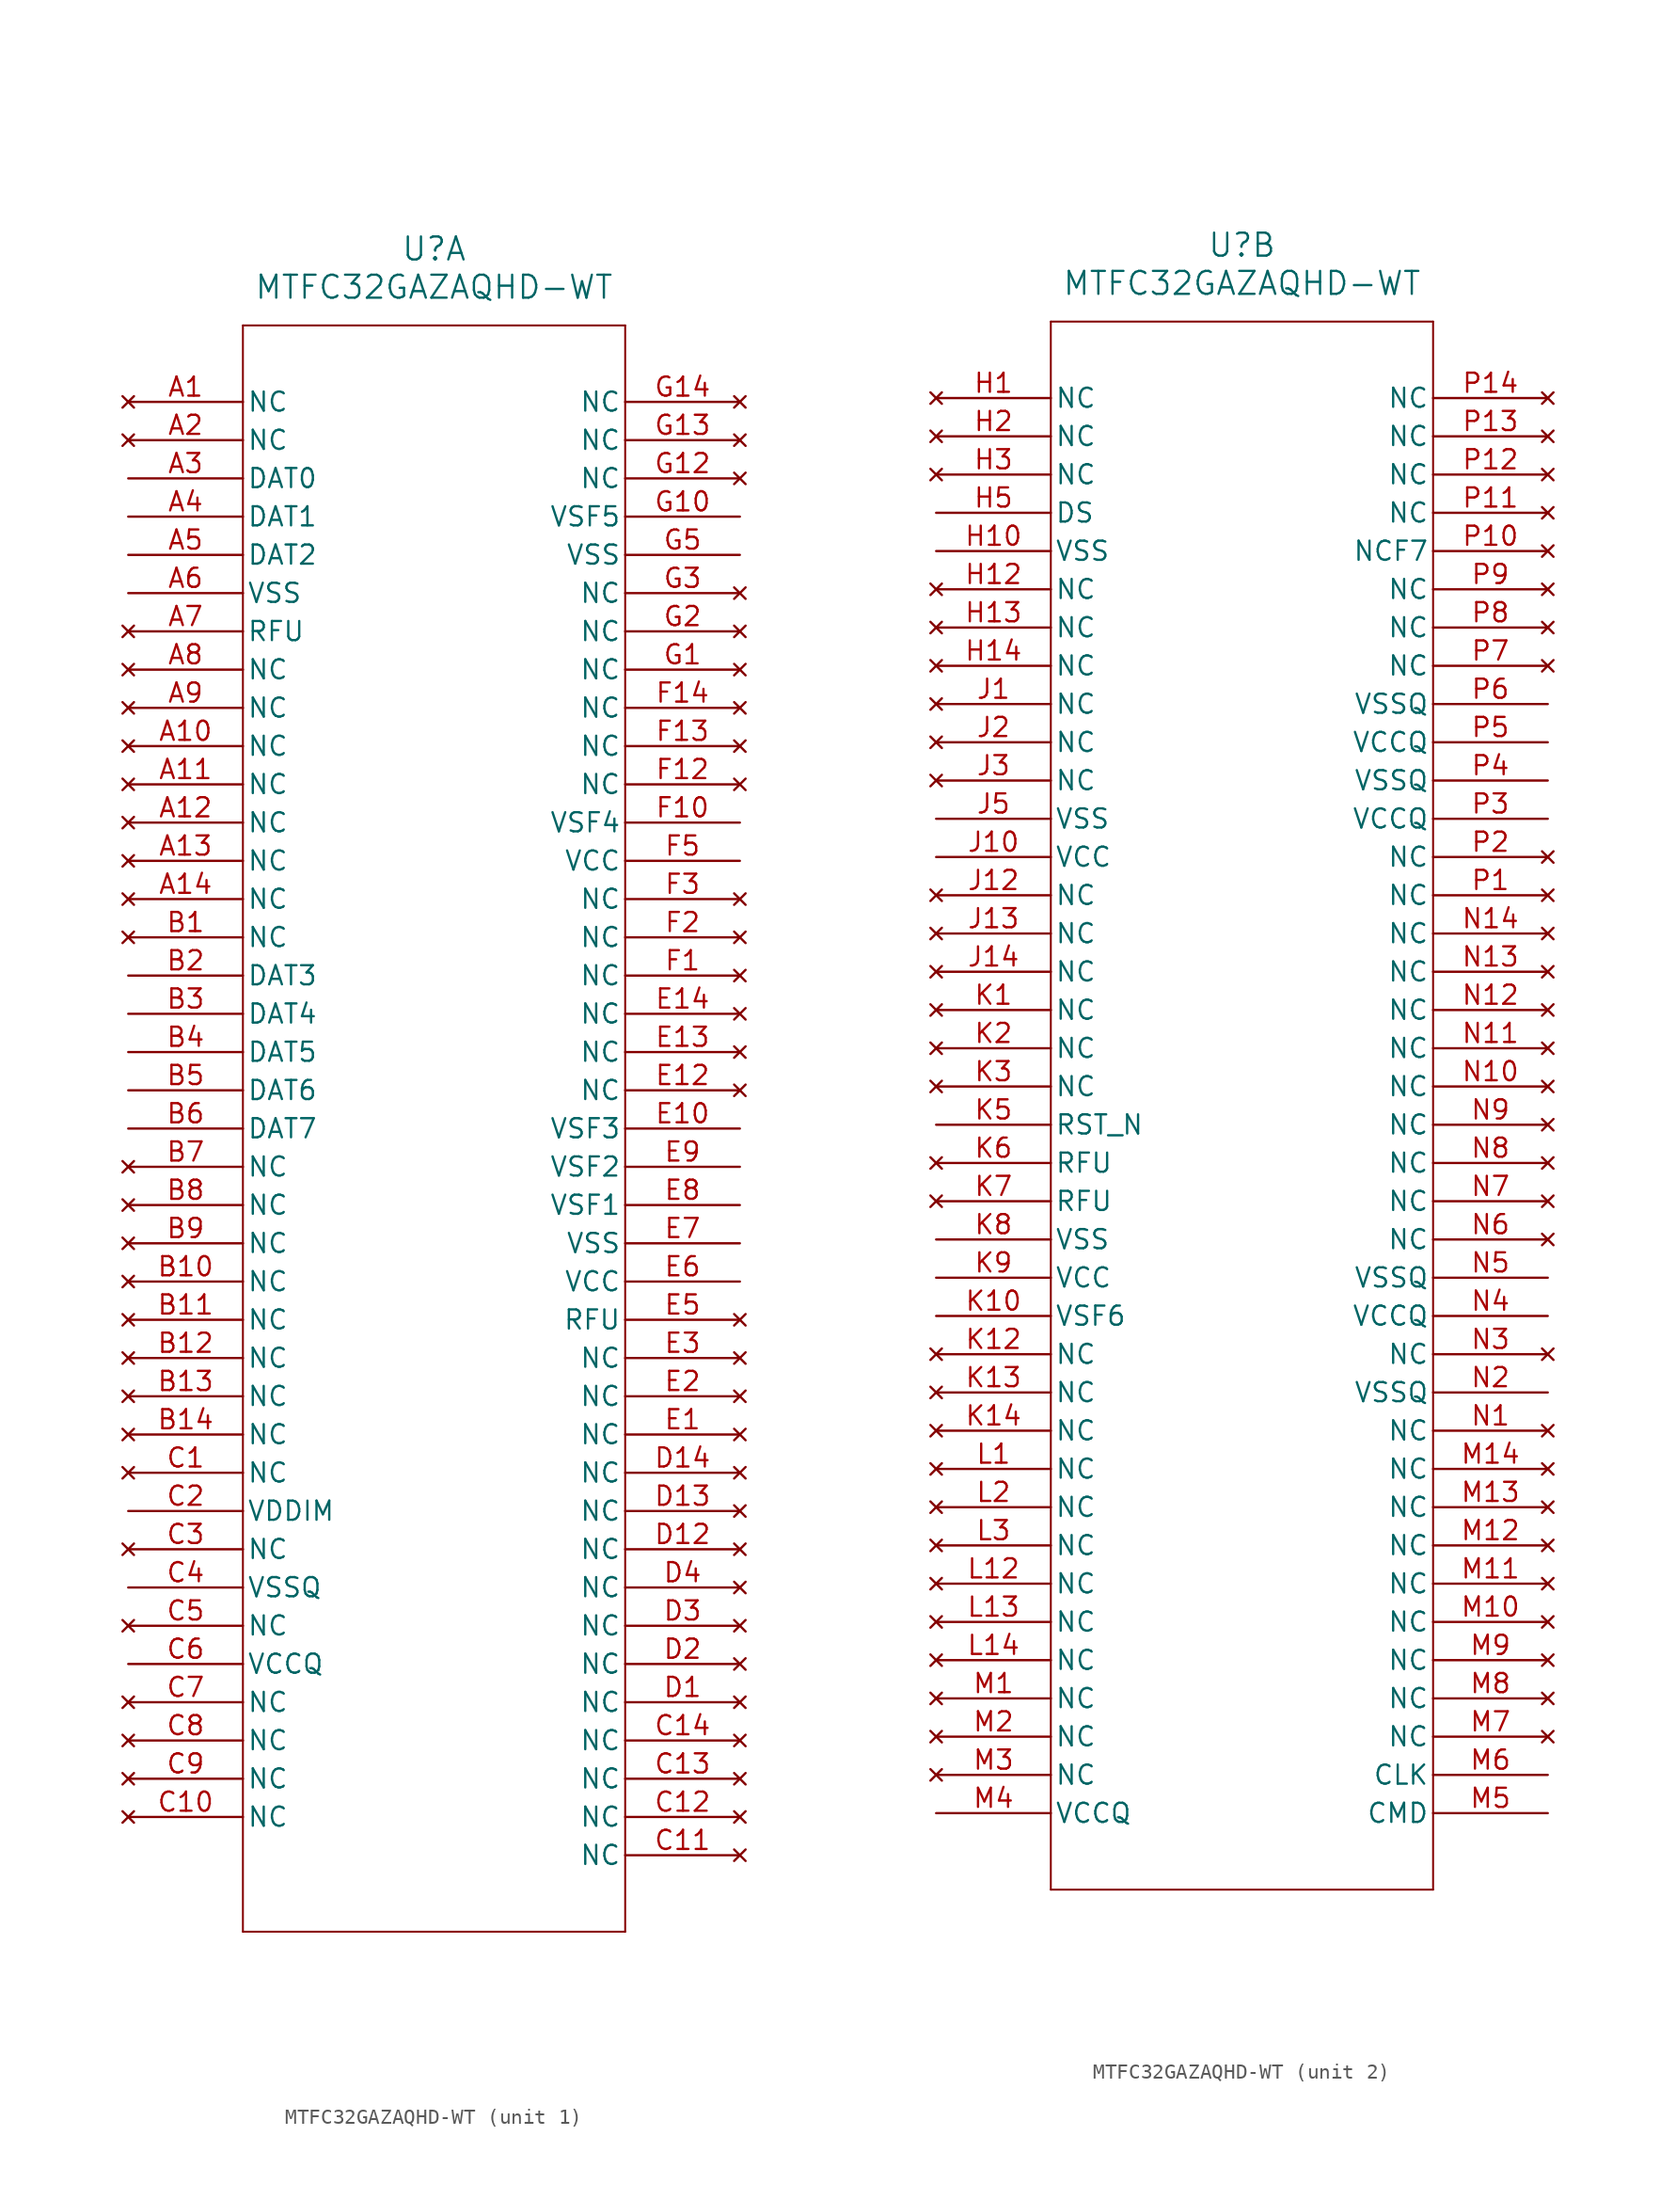
<source format=kicad_sym>
(kicad_symbol_lib
  (version 20211014)
  (generator kicad_symbol_editor)
  (symbol "MTFC32GAZAQHD-WT"
    (pin_names
      (offset 0.254))
    (property "Reference" "U"
      (at 20.32 10.16 0)
      (effects (font (size 1.524 1.524))))
    (property "Value" "MTFC32GAZAQHD-WT"
      (at 20.32 7.62 0)
      (effects (font (size 1.524 1.524))))
    (symbol "MTFC32GAZAQHD-WT_1_1"
      (polyline (pts (xy 7.62 5.08) (xy 7.62 -101.6)) (stroke (width 0.127) (type default) (color 0 0 0 0)) (fill (type none)))
      (polyline (pts (xy 7.62 -101.6) (xy 33.02 -101.6)) (stroke (width 0.127) (type default) (color 0 0 0 0)) (fill (type none)))
      (polyline (pts (xy 33.02 -101.6) (xy 33.02 5.08)) (stroke (width 0.127) (type default) (color 0 0 0 0)) (fill (type none)))
      (polyline (pts (xy 33.02 5.08) (xy 7.62 5.08)) (stroke (width 0.127) (type default) (color 0 0 0 0)) (fill (type none)))
      (pin no_connect line (at 0 0 0) (length 7.62) (name "NC" (effects (font (size 1.27 1.27)))) (number "A1" (effects (font (size 1.27 1.27)))))
      (pin no_connect line (at 0 -2.54 0) (length 7.62) (name "NC" (effects (font (size 1.27 1.27)))) (number "A2" (effects (font (size 1.27 1.27)))))
      (pin bidirectional line (at 0 -5.08 0) (length 7.62) (name "DAT0" (effects (font (size 1.27 1.27)))) (number "A3" (effects (font (size 1.27 1.27)))))
      (pin bidirectional line (at 0 -7.62 0) (length 7.62) (name "DAT1" (effects (font (size 1.27 1.27)))) (number "A4" (effects (font (size 1.27 1.27)))))
      (pin bidirectional line (at 0 -10.16 0) (length 7.62) (name "DAT2" (effects (font (size 1.27 1.27)))) (number "A5" (effects (font (size 1.27 1.27)))))
      (pin power_out line (at 0 -12.7 0) (length 7.62) (name "VSS" (effects (font (size 1.27 1.27)))) (number "A6" (effects (font (size 1.27 1.27)))))
      (pin no_connect line (at 0 -15.24 0) (length 7.62) (name "RFU" (effects (font (size 1.27 1.27)))) (number "A7" (effects (font (size 1.27 1.27)))))
      (pin no_connect line (at 0 -17.78 0) (length 7.62) (name "NC" (effects (font (size 1.27 1.27)))) (number "A8" (effects (font (size 1.27 1.27)))))
      (pin no_connect line (at 0 -20.32 0) (length 7.62) (name "NC" (effects (font (size 1.27 1.27)))) (number "A9" (effects (font (size 1.27 1.27)))))
      (pin no_connect line (at 0 -22.86 0) (length 7.62) (name "NC" (effects (font (size 1.27 1.27)))) (number "A10" (effects (font (size 1.27 1.27)))))
      (pin no_connect line (at 0 -25.4 0) (length 7.62) (name "NC" (effects (font (size 1.27 1.27)))) (number "A11" (effects (font (size 1.27 1.27)))))
      (pin no_connect line (at 0 -27.94 0) (length 7.62) (name "NC" (effects (font (size 1.27 1.27)))) (number "A12" (effects (font (size 1.27 1.27)))))
      (pin no_connect line (at 0 -30.48 0) (length 7.62) (name "NC" (effects (font (size 1.27 1.27)))) (number "A13" (effects (font (size 1.27 1.27)))))
      (pin no_connect line (at 0 -33.02 0) (length 7.62) (name "NC" (effects (font (size 1.27 1.27)))) (number "A14" (effects (font (size 1.27 1.27)))))
      (pin no_connect line (at 0 -35.56 0) (length 7.62) (name "NC" (effects (font (size 1.27 1.27)))) (number "B1" (effects (font (size 1.27 1.27)))))
      (pin bidirectional line (at 0 -38.1 0) (length 7.62) (name "DAT3" (effects (font (size 1.27 1.27)))) (number "B2" (effects (font (size 1.27 1.27)))))
      (pin bidirectional line (at 0 -40.64 0) (length 7.62) (name "DAT4" (effects (font (size 1.27 1.27)))) (number "B3" (effects (font (size 1.27 1.27)))))
      (pin bidirectional line (at 0 -43.18 0) (length 7.62) (name "DAT5" (effects (font (size 1.27 1.27)))) (number "B4" (effects (font (size 1.27 1.27)))))
      (pin bidirectional line (at 0 -45.72 0) (length 7.62) (name "DAT6" (effects (font (size 1.27 1.27)))) (number "B5" (effects (font (size 1.27 1.27)))))
      (pin bidirectional line (at 0 -48.26 0) (length 7.62) (name "DAT7" (effects (font (size 1.27 1.27)))) (number "B6" (effects (font (size 1.27 1.27)))))
      (pin no_connect line (at 0 -50.8 0) (length 7.62) (name "NC" (effects (font (size 1.27 1.27)))) (number "B7" (effects (font (size 1.27 1.27)))))
      (pin no_connect line (at 0 -53.34 0) (length 7.62) (name "NC" (effects (font (size 1.27 1.27)))) (number "B8" (effects (font (size 1.27 1.27)))))
      (pin no_connect line (at 0 -55.88 0) (length 7.62) (name "NC" (effects (font (size 1.27 1.27)))) (number "B9" (effects (font (size 1.27 1.27)))))
      (pin no_connect line (at 0 -58.42 0) (length 7.62) (name "NC" (effects (font (size 1.27 1.27)))) (number "B10" (effects (font (size 1.27 1.27)))))
      (pin no_connect line (at 0 -60.96 0) (length 7.62) (name "NC" (effects (font (size 1.27 1.27)))) (number "B11" (effects (font (size 1.27 1.27)))))
      (pin no_connect line (at 0 -63.5 0) (length 7.62) (name "NC" (effects (font (size 1.27 1.27)))) (number "B12" (effects (font (size 1.27 1.27)))))
      (pin no_connect line (at 0 -66.04 0) (length 7.62) (name "NC" (effects (font (size 1.27 1.27)))) (number "B13" (effects (font (size 1.27 1.27)))))
      (pin no_connect line (at 0 -68.58 0) (length 7.62) (name "NC" (effects (font (size 1.27 1.27)))) (number "B14" (effects (font (size 1.27 1.27)))))
      (pin no_connect line (at 0 -71.12 0) (length 7.62) (name "NC" (effects (font (size 1.27 1.27)))) (number "C1" (effects (font (size 1.27 1.27)))))
      (pin power_in line (at 0 -73.66 0) (length 7.62) (name "VDDIM" (effects (font (size 1.27 1.27)))) (number "C2" (effects (font (size 1.27 1.27)))))
      (pin no_connect line (at 0 -76.2 0) (length 7.62) (name "NC" (effects (font (size 1.27 1.27)))) (number "C3" (effects (font (size 1.27 1.27)))))
      (pin power_out line (at 0 -78.74 0) (length 7.62) (name "VSSQ" (effects (font (size 1.27 1.27)))) (number "C4" (effects (font (size 1.27 1.27)))))
      (pin no_connect line (at 0 -81.28 0) (length 7.62) (name "NC" (effects (font (size 1.27 1.27)))) (number "C5" (effects (font (size 1.27 1.27)))))
      (pin power_in line (at 0 -83.82 0) (length 7.62) (name "VCCQ" (effects (font (size 1.27 1.27)))) (number "C6" (effects (font (size 1.27 1.27)))))
      (pin no_connect line (at 0 -86.36 0) (length 7.62) (name "NC" (effects (font (size 1.27 1.27)))) (number "C7" (effects (font (size 1.27 1.27)))))
      (pin no_connect line (at 0 -88.9 0) (length 7.62) (name "NC" (effects (font (size 1.27 1.27)))) (number "C8" (effects (font (size 1.27 1.27)))))
      (pin no_connect line (at 0 -91.44 0) (length 7.62) (name "NC" (effects (font (size 1.27 1.27)))) (number "C9" (effects (font (size 1.27 1.27)))))
      (pin no_connect line (at 0 -93.98 0) (length 7.62) (name "NC" (effects (font (size 1.27 1.27)))) (number "C10" (effects (font (size 1.27 1.27)))))
      (pin no_connect line (at 40.64 -96.52 180) (length 7.62) (name "NC" (effects (font (size 1.27 1.27)))) (number "C11" (effects (font (size 1.27 1.27)))))
      (pin no_connect line (at 40.64 -93.98 180) (length 7.62) (name "NC" (effects (font (size 1.27 1.27)))) (number "C12" (effects (font (size 1.27 1.27)))))
      (pin no_connect line (at 40.64 -91.44 180) (length 7.62) (name "NC" (effects (font (size 1.27 1.27)))) (number "C13" (effects (font (size 1.27 1.27)))))
      (pin no_connect line (at 40.64 -88.9 180) (length 7.62) (name "NC" (effects (font (size 1.27 1.27)))) (number "C14" (effects (font (size 1.27 1.27)))))
      (pin no_connect line (at 40.64 -86.36 180) (length 7.62) (name "NC" (effects (font (size 1.27 1.27)))) (number "D1" (effects (font (size 1.27 1.27)))))
      (pin no_connect line (at 40.64 -83.82 180) (length 7.62) (name "NC" (effects (font (size 1.27 1.27)))) (number "D2" (effects (font (size 1.27 1.27)))))
      (pin no_connect line (at 40.64 -81.28 180) (length 7.62) (name "NC" (effects (font (size 1.27 1.27)))) (number "D3" (effects (font (size 1.27 1.27)))))
      (pin no_connect line (at 40.64 -78.74 180) (length 7.62) (name "NC" (effects (font (size 1.27 1.27)))) (number "D4" (effects (font (size 1.27 1.27)))))
      (pin no_connect line (at 40.64 -76.2 180) (length 7.62) (name "NC" (effects (font (size 1.27 1.27)))) (number "D12" (effects (font (size 1.27 1.27)))))
      (pin no_connect line (at 40.64 -73.66 180) (length 7.62) (name "NC" (effects (font (size 1.27 1.27)))) (number "D13" (effects (font (size 1.27 1.27)))))
      (pin no_connect line (at 40.64 -71.12 180) (length 7.62) (name "NC" (effects (font (size 1.27 1.27)))) (number "D14" (effects (font (size 1.27 1.27)))))
      (pin no_connect line (at 40.64 -68.58 180) (length 7.62) (name "NC" (effects (font (size 1.27 1.27)))) (number "E1" (effects (font (size 1.27 1.27)))))
      (pin no_connect line (at 40.64 -66.04 180) (length 7.62) (name "NC" (effects (font (size 1.27 1.27)))) (number "E2" (effects (font (size 1.27 1.27)))))
      (pin no_connect line (at 40.64 -63.5 180) (length 7.62) (name "NC" (effects (font (size 1.27 1.27)))) (number "E3" (effects (font (size 1.27 1.27)))))
      (pin no_connect line (at 40.64 -60.96 180) (length 7.62) (name "RFU" (effects (font (size 1.27 1.27)))) (number "E5" (effects (font (size 1.27 1.27)))))
      (pin power_in line (at 40.64 -58.42 180) (length 7.62) (name "VCC" (effects (font (size 1.27 1.27)))) (number "E6" (effects (font (size 1.27 1.27)))))
      (pin power_out line (at 40.64 -55.88 180) (length 7.62) (name "VSS" (effects (font (size 1.27 1.27)))) (number "E7" (effects (font (size 1.27 1.27)))))
      (pin bidirectional line (at 40.64 -53.34 180) (length 7.62) (name "VSF1" (effects (font (size 1.27 1.27)))) (number "E8" (effects (font (size 1.27 1.27)))))
      (pin bidirectional line (at 40.64 -50.8 180) (length 7.62) (name "VSF2" (effects (font (size 1.27 1.27)))) (number "E9" (effects (font (size 1.27 1.27)))))
      (pin bidirectional line (at 40.64 -48.26 180) (length 7.62) (name "VSF3" (effects (font (size 1.27 1.27)))) (number "E10" (effects (font (size 1.27 1.27)))))
      (pin no_connect line (at 40.64 -45.72 180) (length 7.62) (name "NC" (effects (font (size 1.27 1.27)))) (number "E12" (effects (font (size 1.27 1.27)))))
      (pin no_connect line (at 40.64 -43.18 180) (length 7.62) (name "NC" (effects (font (size 1.27 1.27)))) (number "E13" (effects (font (size 1.27 1.27)))))
      (pin no_connect line (at 40.64 -40.64 180) (length 7.62) (name "NC" (effects (font (size 1.27 1.27)))) (number "E14" (effects (font (size 1.27 1.27)))))
      (pin no_connect line (at 40.64 -38.1 180) (length 7.62) (name "NC" (effects (font (size 1.27 1.27)))) (number "F1" (effects (font (size 1.27 1.27)))))
      (pin no_connect line (at 40.64 -35.56 180) (length 7.62) (name "NC" (effects (font (size 1.27 1.27)))) (number "F2" (effects (font (size 1.27 1.27)))))
      (pin no_connect line (at 40.64 -33.02 180) (length 7.62) (name "NC" (effects (font (size 1.27 1.27)))) (number "F3" (effects (font (size 1.27 1.27)))))
      (pin power_in line (at 40.64 -30.48 180) (length 7.62) (name "VCC" (effects (font (size 1.27 1.27)))) (number "F5" (effects (font (size 1.27 1.27)))))
      (pin bidirectional line (at 40.64 -27.94 180) (length 7.62) (name "VSF4" (effects (font (size 1.27 1.27)))) (number "F10" (effects (font (size 1.27 1.27)))))
      (pin no_connect line (at 40.64 -25.4 180) (length 7.62) (name "NC" (effects (font (size 1.27 1.27)))) (number "F12" (effects (font (size 1.27 1.27)))))
      (pin no_connect line (at 40.64 -22.86 180) (length 7.62) (name "NC" (effects (font (size 1.27 1.27)))) (number "F13" (effects (font (size 1.27 1.27)))))
      (pin no_connect line (at 40.64 -20.32 180) (length 7.62) (name "NC" (effects (font (size 1.27 1.27)))) (number "F14" (effects (font (size 1.27 1.27)))))
      (pin no_connect line (at 40.64 -17.78 180) (length 7.62) (name "NC" (effects (font (size 1.27 1.27)))) (number "G1" (effects (font (size 1.27 1.27)))))
      (pin no_connect line (at 40.64 -15.24 180) (length 7.62) (name "NC" (effects (font (size 1.27 1.27)))) (number "G2" (effects (font (size 1.27 1.27)))))
      (pin no_connect line (at 40.64 -12.7 180) (length 7.62) (name "NC" (effects (font (size 1.27 1.27)))) (number "G3" (effects (font (size 1.27 1.27)))))
      (pin power_out line (at 40.64 -10.16 180) (length 7.62) (name "VSS" (effects (font (size 1.27 1.27)))) (number "G5" (effects (font (size 1.27 1.27)))))
      (pin bidirectional line (at 40.64 -7.62 180) (length 7.62) (name "VSF5" (effects (font (size 1.27 1.27)))) (number "G10" (effects (font (size 1.27 1.27)))))
      (pin no_connect line (at 40.64 -5.08 180) (length 7.62) (name "NC" (effects (font (size 1.27 1.27)))) (number "G12" (effects (font (size 1.27 1.27)))))
      (pin no_connect line (at 40.64 -2.54 180) (length 7.62) (name "NC" (effects (font (size 1.27 1.27)))) (number "G13" (effects (font (size 1.27 1.27)))))
      (pin no_connect line (at 40.64 0 180) (length 7.62) (name "NC" (effects (font (size 1.27 1.27)))) (number "G14" (effects (font (size 1.27 1.27))))))
    (symbol "MTFC32GAZAQHD-WT_2_1"
      (polyline (pts (xy 7.62 5.08) (xy 7.62 -99.06)) (stroke (width 0.127) (type default) (color 0 0 0 0)) (fill (type none)))
      (polyline (pts (xy 7.62 -99.06) (xy 33.02 -99.06)) (stroke (width 0.127) (type default) (color 0 0 0 0)) (fill (type none)))
      (polyline (pts (xy 33.02 -99.06) (xy 33.02 5.08)) (stroke (width 0.127) (type default) (color 0 0 0 0)) (fill (type none)))
      (polyline (pts (xy 33.02 5.08) (xy 7.62 5.08)) (stroke (width 0.127) (type default) (color 0 0 0 0)) (fill (type none)))
      (pin no_connect line (at 0 0 0) (length 7.62) (name "NC" (effects (font (size 1.27 1.27)))) (number "H1" (effects (font (size 1.27 1.27)))))
      (pin no_connect line (at 0 -2.54 0) (length 7.62) (name "NC" (effects (font (size 1.27 1.27)))) (number "H2" (effects (font (size 1.27 1.27)))))
      (pin no_connect line (at 0 -5.08 0) (length 7.62) (name "NC" (effects (font (size 1.27 1.27)))) (number "H3" (effects (font (size 1.27 1.27)))))
      (pin output line (at 0 -7.62 0) (length 7.62) (name "DS" (effects (font (size 1.27 1.27)))) (number "H5" (effects (font (size 1.27 1.27)))))
      (pin power_out line (at 0 -10.16 0) (length 7.62) (name "VSS" (effects (font (size 1.27 1.27)))) (number "H10" (effects (font (size 1.27 1.27)))))
      (pin no_connect line (at 0 -12.7 0) (length 7.62) (name "NC" (effects (font (size 1.27 1.27)))) (number "H12" (effects (font (size 1.27 1.27)))))
      (pin no_connect line (at 0 -15.24 0) (length 7.62) (name "NC" (effects (font (size 1.27 1.27)))) (number "H13" (effects (font (size 1.27 1.27)))))
      (pin no_connect line (at 0 -17.78 0) (length 7.62) (name "NC" (effects (font (size 1.27 1.27)))) (number "H14" (effects (font (size 1.27 1.27)))))
      (pin no_connect line (at 0 -20.32 0) (length 7.62) (name "NC" (effects (font (size 1.27 1.27)))) (number "J1" (effects (font (size 1.27 1.27)))))
      (pin no_connect line (at 0 -22.86 0) (length 7.62) (name "NC" (effects (font (size 1.27 1.27)))) (number "J2" (effects (font (size 1.27 1.27)))))
      (pin no_connect line (at 0 -25.4 0) (length 7.62) (name "NC" (effects (font (size 1.27 1.27)))) (number "J3" (effects (font (size 1.27 1.27)))))
      (pin power_out line (at 0 -27.94 0) (length 7.62) (name "VSS" (effects (font (size 1.27 1.27)))) (number "J5" (effects (font (size 1.27 1.27)))))
      (pin power_in line (at 0 -30.48 0) (length 7.62) (name "VCC" (effects (font (size 1.27 1.27)))) (number "J10" (effects (font (size 1.27 1.27)))))
      (pin no_connect line (at 0 -33.02 0) (length 7.62) (name "NC" (effects (font (size 1.27 1.27)))) (number "J12" (effects (font (size 1.27 1.27)))))
      (pin no_connect line (at 0 -35.56 0) (length 7.62) (name "NC" (effects (font (size 1.27 1.27)))) (number "J13" (effects (font (size 1.27 1.27)))))
      (pin no_connect line (at 0 -38.1 0) (length 7.62) (name "NC" (effects (font (size 1.27 1.27)))) (number "J14" (effects (font (size 1.27 1.27)))))
      (pin no_connect line (at 0 -40.64 0) (length 7.62) (name "NC" (effects (font (size 1.27 1.27)))) (number "K1" (effects (font (size 1.27 1.27)))))
      (pin no_connect line (at 0 -43.18 0) (length 7.62) (name "NC" (effects (font (size 1.27 1.27)))) (number "K2" (effects (font (size 1.27 1.27)))))
      (pin no_connect line (at 0 -45.72 0) (length 7.62) (name "NC" (effects (font (size 1.27 1.27)))) (number "K3" (effects (font (size 1.27 1.27)))))
      (pin input line (at 0 -48.26 0) (length 7.62) (name "RST_N" (effects (font (size 1.27 1.27)))) (number "K5" (effects (font (size 1.27 1.27)))))
      (pin no_connect line (at 0 -50.8 0) (length 7.62) (name "RFU" (effects (font (size 1.27 1.27)))) (number "K6" (effects (font (size 1.27 1.27)))))
      (pin no_connect line (at 0 -53.34 0) (length 7.62) (name "RFU" (effects (font (size 1.27 1.27)))) (number "K7" (effects (font (size 1.27 1.27)))))
      (pin power_out line (at 0 -55.88 0) (length 7.62) (name "VSS" (effects (font (size 1.27 1.27)))) (number "K8" (effects (font (size 1.27 1.27)))))
      (pin power_in line (at 0 -58.42 0) (length 7.62) (name "VCC" (effects (font (size 1.27 1.27)))) (number "K9" (effects (font (size 1.27 1.27)))))
      (pin bidirectional line (at 0 -60.96 0) (length 7.62) (name "VSF6" (effects (font (size 1.27 1.27)))) (number "K10" (effects (font (size 1.27 1.27)))))
      (pin no_connect line (at 0 -63.5 0) (length 7.62) (name "NC" (effects (font (size 1.27 1.27)))) (number "K12" (effects (font (size 1.27 1.27)))))
      (pin no_connect line (at 0 -66.04 0) (length 7.62) (name "NC" (effects (font (size 1.27 1.27)))) (number "K13" (effects (font (size 1.27 1.27)))))
      (pin no_connect line (at 0 -68.58 0) (length 7.62) (name "NC" (effects (font (size 1.27 1.27)))) (number "K14" (effects (font (size 1.27 1.27)))))
      (pin no_connect line (at 0 -71.12 0) (length 7.62) (name "NC" (effects (font (size 1.27 1.27)))) (number "L1" (effects (font (size 1.27 1.27)))))
      (pin no_connect line (at 0 -73.66 0) (length 7.62) (name "NC" (effects (font (size 1.27 1.27)))) (number "L2" (effects (font (size 1.27 1.27)))))
      (pin no_connect line (at 0 -76.2 0) (length 7.62) (name "NC" (effects (font (size 1.27 1.27)))) (number "L3" (effects (font (size 1.27 1.27)))))
      (pin no_connect line (at 0 -78.74 0) (length 7.62) (name "NC" (effects (font (size 1.27 1.27)))) (number "L12" (effects (font (size 1.27 1.27)))))
      (pin no_connect line (at 0 -81.28 0) (length 7.62) (name "NC" (effects (font (size 1.27 1.27)))) (number "L13" (effects (font (size 1.27 1.27)))))
      (pin no_connect line (at 0 -83.82 0) (length 7.62) (name "NC" (effects (font (size 1.27 1.27)))) (number "L14" (effects (font (size 1.27 1.27)))))
      (pin no_connect line (at 0 -86.36 0) (length 7.62) (name "NC" (effects (font (size 1.27 1.27)))) (number "M1" (effects (font (size 1.27 1.27)))))
      (pin no_connect line (at 0 -88.9 0) (length 7.62) (name "NC" (effects (font (size 1.27 1.27)))) (number "M2" (effects (font (size 1.27 1.27)))))
      (pin no_connect line (at 0 -91.44 0) (length 7.62) (name "NC" (effects (font (size 1.27 1.27)))) (number "M3" (effects (font (size 1.27 1.27)))))
      (pin power_in line (at 0 -93.98 0) (length 7.62) (name "VCCQ" (effects (font (size 1.27 1.27)))) (number "M4" (effects (font (size 1.27 1.27)))))
      (pin bidirectional line (at 40.64 -93.98 180) (length 7.62) (name "CMD" (effects (font (size 1.27 1.27)))) (number "M5" (effects (font (size 1.27 1.27)))))
      (pin input line (at 40.64 -91.44 180) (length 7.62) (name "CLK" (effects (font (size 1.27 1.27)))) (number "M6" (effects (font (size 1.27 1.27)))))
      (pin no_connect line (at 40.64 -88.9 180) (length 7.62) (name "NC" (effects (font (size 1.27 1.27)))) (number "M7" (effects (font (size 1.27 1.27)))))
      (pin no_connect line (at 40.64 -86.36 180) (length 7.62) (name "NC" (effects (font (size 1.27 1.27)))) (number "M8" (effects (font (size 1.27 1.27)))))
      (pin no_connect line (at 40.64 -83.82 180) (length 7.62) (name "NC" (effects (font (size 1.27 1.27)))) (number "M9" (effects (font (size 1.27 1.27)))))
      (pin no_connect line (at 40.64 -81.28 180) (length 7.62) (name "NC" (effects (font (size 1.27 1.27)))) (number "M10" (effects (font (size 1.27 1.27)))))
      (pin no_connect line (at 40.64 -78.74 180) (length 7.62) (name "NC" (effects (font (size 1.27 1.27)))) (number "M11" (effects (font (size 1.27 1.27)))))
      (pin no_connect line (at 40.64 -76.2 180) (length 7.62) (name "NC" (effects (font (size 1.27 1.27)))) (number "M12" (effects (font (size 1.27 1.27)))))
      (pin no_connect line (at 40.64 -73.66 180) (length 7.62) (name "NC" (effects (font (size 1.27 1.27)))) (number "M13" (effects (font (size 1.27 1.27)))))
      (pin no_connect line (at 40.64 -71.12 180) (length 7.62) (name "NC" (effects (font (size 1.27 1.27)))) (number "M14" (effects (font (size 1.27 1.27)))))
      (pin no_connect line (at 40.64 -68.58 180) (length 7.62) (name "NC" (effects (font (size 1.27 1.27)))) (number "N1" (effects (font (size 1.27 1.27)))))
      (pin power_out line (at 40.64 -66.04 180) (length 7.62) (name "VSSQ" (effects (font (size 1.27 1.27)))) (number "N2" (effects (font (size 1.27 1.27)))))
      (pin no_connect line (at 40.64 -63.5 180) (length 7.62) (name "NC" (effects (font (size 1.27 1.27)))) (number "N3" (effects (font (size 1.27 1.27)))))
      (pin power_in line (at 40.64 -60.96 180) (length 7.62) (name "VCCQ" (effects (font (size 1.27 1.27)))) (number "N4" (effects (font (size 1.27 1.27)))))
      (pin power_out line (at 40.64 -58.42 180) (length 7.62) (name "VSSQ" (effects (font (size 1.27 1.27)))) (number "N5" (effects (font (size 1.27 1.27)))))
      (pin no_connect line (at 40.64 -55.88 180) (length 7.62) (name "NC" (effects (font (size 1.27 1.27)))) (number "N6" (effects (font (size 1.27 1.27)))))
      (pin no_connect line (at 40.64 -53.34 180) (length 7.62) (name "NC" (effects (font (size 1.27 1.27)))) (number "N7" (effects (font (size 1.27 1.27)))))
      (pin no_connect line (at 40.64 -50.8 180) (length 7.62) (name "NC" (effects (font (size 1.27 1.27)))) (number "N8" (effects (font (size 1.27 1.27)))))
      (pin no_connect line (at 40.64 -48.26 180) (length 7.62) (name "NC" (effects (font (size 1.27 1.27)))) (number "N9" (effects (font (size 1.27 1.27)))))
      (pin no_connect line (at 40.64 -45.72 180) (length 7.62) (name "NC" (effects (font (size 1.27 1.27)))) (number "N10" (effects (font (size 1.27 1.27)))))
      (pin no_connect line (at 40.64 -43.18 180) (length 7.62) (name "NC" (effects (font (size 1.27 1.27)))) (number "N11" (effects (font (size 1.27 1.27)))))
      (pin no_connect line (at 40.64 -40.64 180) (length 7.62) (name "NC" (effects (font (size 1.27 1.27)))) (number "N12" (effects (font (size 1.27 1.27)))))
      (pin no_connect line (at 40.64 -38.1 180) (length 7.62) (name "NC" (effects (font (size 1.27 1.27)))) (number "N13" (effects (font (size 1.27 1.27)))))
      (pin no_connect line (at 40.64 -35.56 180) (length 7.62) (name "NC" (effects (font (size 1.27 1.27)))) (number "N14" (effects (font (size 1.27 1.27)))))
      (pin no_connect line (at 40.64 -33.02 180) (length 7.62) (name "NC" (effects (font (size 1.27 1.27)))) (number "P1" (effects (font (size 1.27 1.27)))))
      (pin no_connect line (at 40.64 -30.48 180) (length 7.62) (name "NC" (effects (font (size 1.27 1.27)))) (number "P2" (effects (font (size 1.27 1.27)))))
      (pin power_in line (at 40.64 -27.94 180) (length 7.62) (name "VCCQ" (effects (font (size 1.27 1.27)))) (number "P3" (effects (font (size 1.27 1.27)))))
      (pin power_out line (at 40.64 -25.4 180) (length 7.62) (name "VSSQ" (effects (font (size 1.27 1.27)))) (number "P4" (effects (font (size 1.27 1.27)))))
      (pin power_in line (at 40.64 -22.86 180) (length 7.62) (name "VCCQ" (effects (font (size 1.27 1.27)))) (number "P5" (effects (font (size 1.27 1.27)))))
      (pin power_out line (at 40.64 -20.32 180) (length 7.62) (name "VSSQ" (effects (font (size 1.27 1.27)))) (number "P6" (effects (font (size 1.27 1.27)))))
      (pin no_connect line (at 40.64 -17.78 180) (length 7.62) (name "NC" (effects (font (size 1.27 1.27)))) (number "P7" (effects (font (size 1.27 1.27)))))
      (pin no_connect line (at 40.64 -15.24 180) (length 7.62) (name "NC" (effects (font (size 1.27 1.27)))) (number "P8" (effects (font (size 1.27 1.27)))))
      (pin no_connect line (at 40.64 -12.7 180) (length 7.62) (name "NC" (effects (font (size 1.27 1.27)))) (number "P9" (effects (font (size 1.27 1.27)))))
      (pin no_connect line (at 40.64 -10.16 180) (length 7.62) (name "NCF7" (effects (font (size 1.27 1.27)))) (number "P10" (effects (font (size 1.27 1.27)))))
      (pin no_connect line (at 40.64 -7.62 180) (length 7.62) (name "NC" (effects (font (size 1.27 1.27)))) (number "P11" (effects (font (size 1.27 1.27)))))
      (pin no_connect line (at 40.64 -5.08 180) (length 7.62) (name "NC" (effects (font (size 1.27 1.27)))) (number "P12" (effects (font (size 1.27 1.27)))))
      (pin no_connect line (at 40.64 -2.54 180) (length 7.62) (name "NC" (effects (font (size 1.27 1.27)))) (number "P13" (effects (font (size 1.27 1.27)))))
      (pin no_connect line (at 40.64 0 180) (length 7.62) (name "NC" (effects (font (size 1.27 1.27)))) (number "P14" (effects (font (size 1.27 1.27))))))))
</source>
